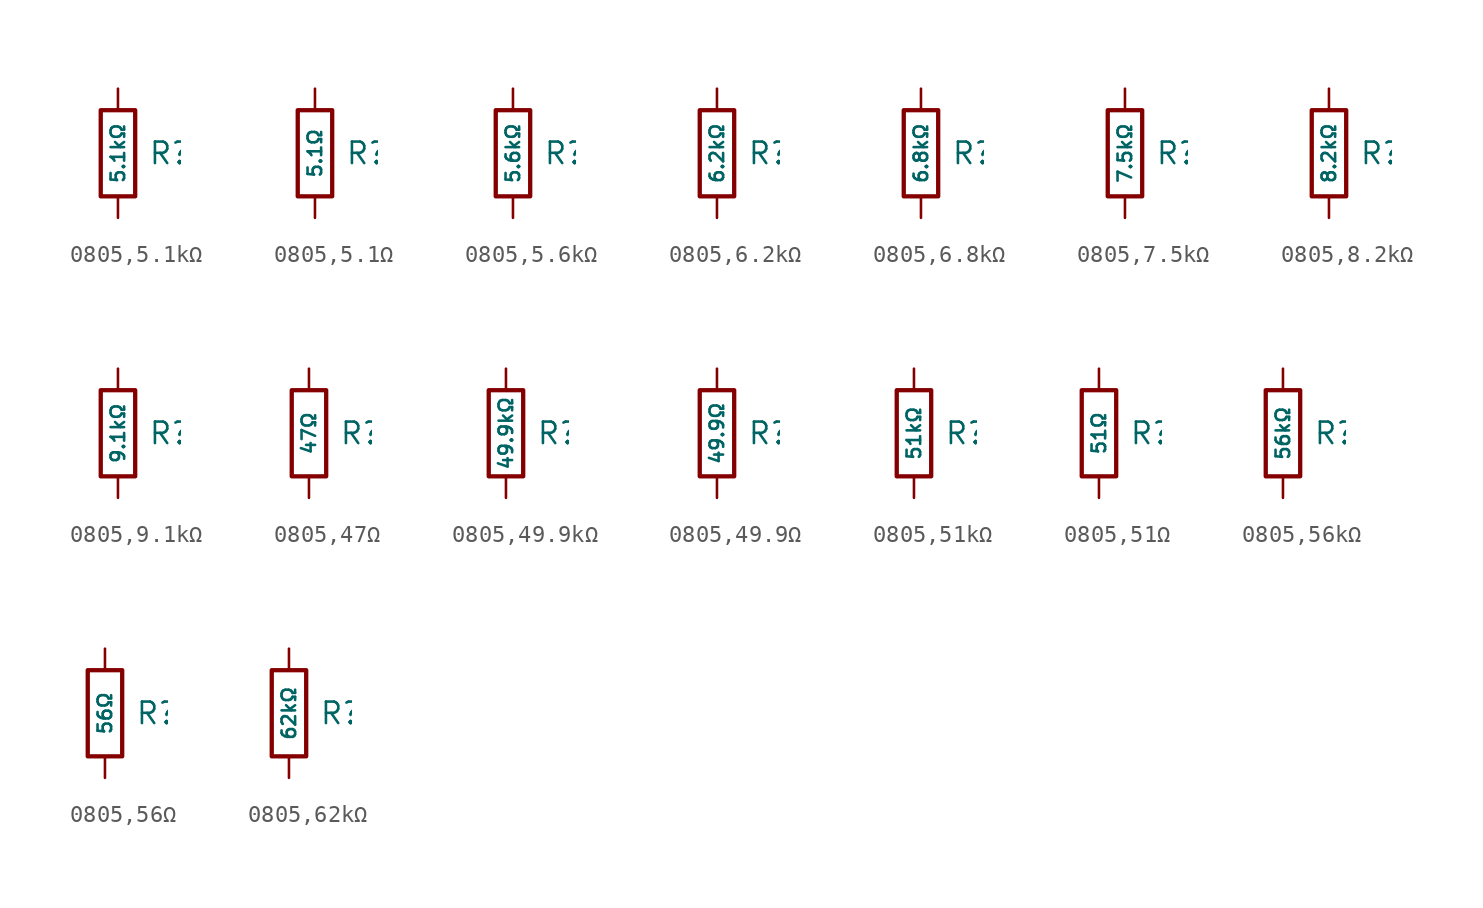
<source format=kicad_sym>
(kicad_symbol_lib
  (version 20231120)
  (generator "CDFER")
  (generator_version "8.0")
  (symbol "0805,5.1kΩ"
    (pin_numbers hide)
    (pin_names
      (offset 0))
    (property "Reference" "R"
      (at 1.778 0 0)
      (effects (font (size 1.27 1.27)) (justify left)))
    (property "Value" "5.1kΩ"
      (at 0 0 90)
      (do_not_autoplace)
      (effects (font (size 0.8 0.8))))
    (symbol "0805,5.1kΩ_0_1"
      (rectangle (start -1.016 2.54) (end 1.016 -2.54) (stroke (width 0.254) (type default)) (fill (type none))))
    (symbol "0805,5.1kΩ_1_1"
      (pin passive line (at 0 3.81 270) (length 1.27) (name "~" (effects (font (size 1.27 1.27)))) (number "1" (effects (font (size 1.27 1.27)))))
      (pin passive line (at 0 -3.81 90) (length 1.27) (name "~" (effects (font (size 1.27 1.27)))) (number "2" (effects (font (size 1.27 1.27)))))))
  (symbol "0805,5.1Ω"
    (pin_numbers hide)
    (pin_names
      (offset 0))
    (property "Reference" "R"
      (at 1.778 0 0)
      (effects (font (size 1.27 1.27)) (justify left)))
    (property "Value" "5.1Ω"
      (at 0 0 90)
      (do_not_autoplace)
      (effects (font (size 0.8 0.8))))
    (symbol "0805,5.1Ω_0_1"
      (rectangle (start -1.016 2.54) (end 1.016 -2.54) (stroke (width 0.254) (type default)) (fill (type none))))
    (symbol "0805,5.1Ω_1_1"
      (pin passive line (at 0 3.81 270) (length 1.27) (name "~" (effects (font (size 1.27 1.27)))) (number "1" (effects (font (size 1.27 1.27)))))
      (pin passive line (at 0 -3.81 90) (length 1.27) (name "~" (effects (font (size 1.27 1.27)))) (number "2" (effects (font (size 1.27 1.27)))))))
  (symbol "0805,5.6kΩ"
    (pin_numbers hide)
    (pin_names
      (offset 0))
    (property "Reference" "R"
      (at 1.778 0 0)
      (effects (font (size 1.27 1.27)) (justify left)))
    (property "Value" "5.6kΩ"
      (at 0 0 90)
      (do_not_autoplace)
      (effects (font (size 0.8 0.8))))
    (symbol "0805,5.6kΩ_0_1"
      (rectangle (start -1.016 2.54) (end 1.016 -2.54) (stroke (width 0.254) (type default)) (fill (type none))))
    (symbol "0805,5.6kΩ_1_1"
      (pin passive line (at 0 3.81 270) (length 1.27) (name "~" (effects (font (size 1.27 1.27)))) (number "1" (effects (font (size 1.27 1.27)))))
      (pin passive line (at 0 -3.81 90) (length 1.27) (name "~" (effects (font (size 1.27 1.27)))) (number "2" (effects (font (size 1.27 1.27)))))))
  (symbol "0805,6.2kΩ"
    (pin_numbers hide)
    (pin_names
      (offset 0))
    (property "Reference" "R"
      (at 1.778 0 0)
      (effects (font (size 1.27 1.27)) (justify left)))
    (property "Value" "6.2kΩ"
      (at 0 0 90)
      (do_not_autoplace)
      (effects (font (size 0.8 0.8))))
    (symbol "0805,6.2kΩ_0_1"
      (rectangle (start -1.016 2.54) (end 1.016 -2.54) (stroke (width 0.254) (type default)) (fill (type none))))
    (symbol "0805,6.2kΩ_1_1"
      (pin passive line (at 0 3.81 270) (length 1.27) (name "~" (effects (font (size 1.27 1.27)))) (number "1" (effects (font (size 1.27 1.27)))))
      (pin passive line (at 0 -3.81 90) (length 1.27) (name "~" (effects (font (size 1.27 1.27)))) (number "2" (effects (font (size 1.27 1.27)))))))
  (symbol "0805,6.8kΩ"
    (pin_numbers hide)
    (pin_names
      (offset 0))
    (property "Reference" "R"
      (at 1.778 0 0)
      (effects (font (size 1.27 1.27)) (justify left)))
    (property "Value" "6.8kΩ"
      (at 0 0 90)
      (do_not_autoplace)
      (effects (font (size 0.8 0.8))))
    (symbol "0805,6.8kΩ_0_1"
      (rectangle (start -1.016 2.54) (end 1.016 -2.54) (stroke (width 0.254) (type default)) (fill (type none))))
    (symbol "0805,6.8kΩ_1_1"
      (pin passive line (at 0 3.81 270) (length 1.27) (name "~" (effects (font (size 1.27 1.27)))) (number "1" (effects (font (size 1.27 1.27)))))
      (pin passive line (at 0 -3.81 90) (length 1.27) (name "~" (effects (font (size 1.27 1.27)))) (number "2" (effects (font (size 1.27 1.27)))))))
  (symbol "0805,7.5kΩ"
    (pin_numbers hide)
    (pin_names
      (offset 0))
    (property "Reference" "R"
      (at 1.778 0 0)
      (effects (font (size 1.27 1.27)) (justify left)))
    (property "Value" "7.5kΩ"
      (at 0 0 90)
      (do_not_autoplace)
      (effects (font (size 0.8 0.8))))
    (symbol "0805,7.5kΩ_0_1"
      (rectangle (start -1.016 2.54) (end 1.016 -2.54) (stroke (width 0.254) (type default)) (fill (type none))))
    (symbol "0805,7.5kΩ_1_1"
      (pin passive line (at 0 3.81 270) (length 1.27) (name "~" (effects (font (size 1.27 1.27)))) (number "1" (effects (font (size 1.27 1.27)))))
      (pin passive line (at 0 -3.81 90) (length 1.27) (name "~" (effects (font (size 1.27 1.27)))) (number "2" (effects (font (size 1.27 1.27)))))))
  (symbol "0805,8.2kΩ"
    (pin_numbers hide)
    (pin_names
      (offset 0))
    (property "Reference" "R"
      (at 1.778 0 0)
      (effects (font (size 1.27 1.27)) (justify left)))
    (property "Value" "8.2kΩ"
      (at 0 0 90)
      (do_not_autoplace)
      (effects (font (size 0.8 0.8))))
    (symbol "0805,8.2kΩ_0_1"
      (rectangle (start -1.016 2.54) (end 1.016 -2.54) (stroke (width 0.254) (type default)) (fill (type none))))
    (symbol "0805,8.2kΩ_1_1"
      (pin passive line (at 0 3.81 270) (length 1.27) (name "~" (effects (font (size 1.27 1.27)))) (number "1" (effects (font (size 1.27 1.27)))))
      (pin passive line (at 0 -3.81 90) (length 1.27) (name "~" (effects (font (size 1.27 1.27)))) (number "2" (effects (font (size 1.27 1.27)))))))
  (symbol "0805,9.1kΩ"
    (pin_numbers hide)
    (pin_names
      (offset 0))
    (property "Reference" "R"
      (at 1.778 0 0)
      (effects (font (size 1.27 1.27)) (justify left)))
    (property "Value" "9.1kΩ"
      (at 0 0 90)
      (do_not_autoplace)
      (effects (font (size 0.8 0.8))))
    (symbol "0805,9.1kΩ_0_1"
      (rectangle (start -1.016 2.54) (end 1.016 -2.54) (stroke (width 0.254) (type default)) (fill (type none))))
    (symbol "0805,9.1kΩ_1_1"
      (pin passive line (at 0 3.81 270) (length 1.27) (name "~" (effects (font (size 1.27 1.27)))) (number "1" (effects (font (size 1.27 1.27)))))
      (pin passive line (at 0 -3.81 90) (length 1.27) (name "~" (effects (font (size 1.27 1.27)))) (number "2" (effects (font (size 1.27 1.27)))))))
  (symbol "0805,47Ω"
    (pin_numbers hide)
    (pin_names
      (offset 0))
    (property "Reference" "R"
      (at 1.778 0 0)
      (effects (font (size 1.27 1.27)) (justify left)))
    (property "Value" "47Ω"
      (at 0 0 90)
      (do_not_autoplace)
      (effects (font (size 0.8 0.8))))
    (symbol "0805,47Ω_0_1"
      (rectangle (start -1.016 2.54) (end 1.016 -2.54) (stroke (width 0.254) (type default)) (fill (type none))))
    (symbol "0805,47Ω_1_1"
      (pin passive line (at 0 3.81 270) (length 1.27) (name "~" (effects (font (size 1.27 1.27)))) (number "1" (effects (font (size 1.27 1.27)))))
      (pin passive line (at 0 -3.81 90) (length 1.27) (name "~" (effects (font (size 1.27 1.27)))) (number "2" (effects (font (size 1.27 1.27)))))))
  (symbol "0805,49.9kΩ"
    (pin_numbers hide)
    (pin_names
      (offset 0))
    (property "Reference" "R"
      (at 1.778 0 0)
      (effects (font (size 1.27 1.27)) (justify left)))
    (property "Value" "49.9kΩ"
      (at 0 0 90)
      (do_not_autoplace)
      (effects (font (size 0.8 0.8))))
    (symbol "0805,49.9kΩ_0_1"
      (rectangle (start -1.016 2.54) (end 1.016 -2.54) (stroke (width 0.254) (type default)) (fill (type none))))
    (symbol "0805,49.9kΩ_1_1"
      (pin passive line (at 0 3.81 270) (length 1.27) (name "~" (effects (font (size 1.27 1.27)))) (number "1" (effects (font (size 1.27 1.27)))))
      (pin passive line (at 0 -3.81 90) (length 1.27) (name "~" (effects (font (size 1.27 1.27)))) (number "2" (effects (font (size 1.27 1.27)))))))
  (symbol "0805,49.9Ω"
    (pin_numbers hide)
    (pin_names
      (offset 0))
    (property "Reference" "R"
      (at 1.778 0 0)
      (effects (font (size 1.27 1.27)) (justify left)))
    (property "Value" "49.9Ω"
      (at 0 0 90)
      (do_not_autoplace)
      (effects (font (size 0.8 0.8))))
    (symbol "0805,49.9Ω_0_1"
      (rectangle (start -1.016 2.54) (end 1.016 -2.54) (stroke (width 0.254) (type default)) (fill (type none))))
    (symbol "0805,49.9Ω_1_1"
      (pin passive line (at 0 3.81 270) (length 1.27) (name "~" (effects (font (size 1.27 1.27)))) (number "1" (effects (font (size 1.27 1.27)))))
      (pin passive line (at 0 -3.81 90) (length 1.27) (name "~" (effects (font (size 1.27 1.27)))) (number "2" (effects (font (size 1.27 1.27)))))))
  (symbol "0805,51kΩ"
    (pin_numbers hide)
    (pin_names
      (offset 0))
    (property "Reference" "R"
      (at 1.778 0 0)
      (effects (font (size 1.27 1.27)) (justify left)))
    (property "Value" "51kΩ"
      (at 0 0 90)
      (do_not_autoplace)
      (effects (font (size 0.8 0.8))))
    (symbol "0805,51kΩ_0_1"
      (rectangle (start -1.016 2.54) (end 1.016 -2.54) (stroke (width 0.254) (type default)) (fill (type none))))
    (symbol "0805,51kΩ_1_1"
      (pin passive line (at 0 3.81 270) (length 1.27) (name "~" (effects (font (size 1.27 1.27)))) (number "1" (effects (font (size 1.27 1.27)))))
      (pin passive line (at 0 -3.81 90) (length 1.27) (name "~" (effects (font (size 1.27 1.27)))) (number "2" (effects (font (size 1.27 1.27)))))))
  (symbol "0805,51Ω"
    (pin_numbers hide)
    (pin_names
      (offset 0))
    (property "Reference" "R"
      (at 1.778 0 0)
      (effects (font (size 1.27 1.27)) (justify left)))
    (property "Value" "51Ω"
      (at 0 0 90)
      (do_not_autoplace)
      (effects (font (size 0.8 0.8))))
    (symbol "0805,51Ω_0_1"
      (rectangle (start -1.016 2.54) (end 1.016 -2.54) (stroke (width 0.254) (type default)) (fill (type none))))
    (symbol "0805,51Ω_1_1"
      (pin passive line (at 0 3.81 270) (length 1.27) (name "~" (effects (font (size 1.27 1.27)))) (number "1" (effects (font (size 1.27 1.27)))))
      (pin passive line (at 0 -3.81 90) (length 1.27) (name "~" (effects (font (size 1.27 1.27)))) (number "2" (effects (font (size 1.27 1.27)))))))
  (symbol "0805,56kΩ"
    (pin_numbers hide)
    (pin_names
      (offset 0))
    (property "Reference" "R"
      (at 1.778 0 0)
      (effects (font (size 1.27 1.27)) (justify left)))
    (property "Value" "56kΩ"
      (at 0 0 90)
      (do_not_autoplace)
      (effects (font (size 0.8 0.8))))
    (symbol "0805,56kΩ_0_1"
      (rectangle (start -1.016 2.54) (end 1.016 -2.54) (stroke (width 0.254) (type default)) (fill (type none))))
    (symbol "0805,56kΩ_1_1"
      (pin passive line (at 0 3.81 270) (length 1.27) (name "~" (effects (font (size 1.27 1.27)))) (number "1" (effects (font (size 1.27 1.27)))))
      (pin passive line (at 0 -3.81 90) (length 1.27) (name "~" (effects (font (size 1.27 1.27)))) (number "2" (effects (font (size 1.27 1.27)))))))
  (symbol "0805,56Ω"
    (pin_numbers hide)
    (pin_names
      (offset 0))
    (property "Reference" "R"
      (at 1.778 0 0)
      (effects (font (size 1.27 1.27)) (justify left)))
    (property "Value" "56Ω"
      (at 0 0 90)
      (do_not_autoplace)
      (effects (font (size 0.8 0.8))))
    (symbol "0805,56Ω_0_1"
      (rectangle (start -1.016 2.54) (end 1.016 -2.54) (stroke (width 0.254) (type default)) (fill (type none))))
    (symbol "0805,56Ω_1_1"
      (pin passive line (at 0 3.81 270) (length 1.27) (name "~" (effects (font (size 1.27 1.27)))) (number "1" (effects (font (size 1.27 1.27)))))
      (pin passive line (at 0 -3.81 90) (length 1.27) (name "~" (effects (font (size 1.27 1.27)))) (number "2" (effects (font (size 1.27 1.27)))))))
  (symbol "0805,62kΩ"
    (pin_numbers hide)
    (pin_names
      (offset 0))
    (property "Reference" "R"
      (at 1.778 0 0)
      (effects (font (size 1.27 1.27)) (justify left)))
    (property "Value" "62kΩ"
      (at 0 0 90)
      (do_not_autoplace)
      (effects (font (size 0.8 0.8))))
    (symbol "0805,62kΩ_0_1"
      (rectangle (start -1.016 2.54) (end 1.016 -2.54) (stroke (width 0.254) (type default)) (fill (type none))))
    (symbol "0805,62kΩ_1_1"
      (pin passive line (at 0 3.81 270) (length 1.27) (name "~" (effects (font (size 1.27 1.27)))) (number "1" (effects (font (size 1.27 1.27)))))
      (pin passive line (at 0 -3.81 90) (length 1.27) (name "~" (effects (font (size 1.27 1.27)))) (number "2" (effects (font (size 1.27 1.27))))))))
</source>
